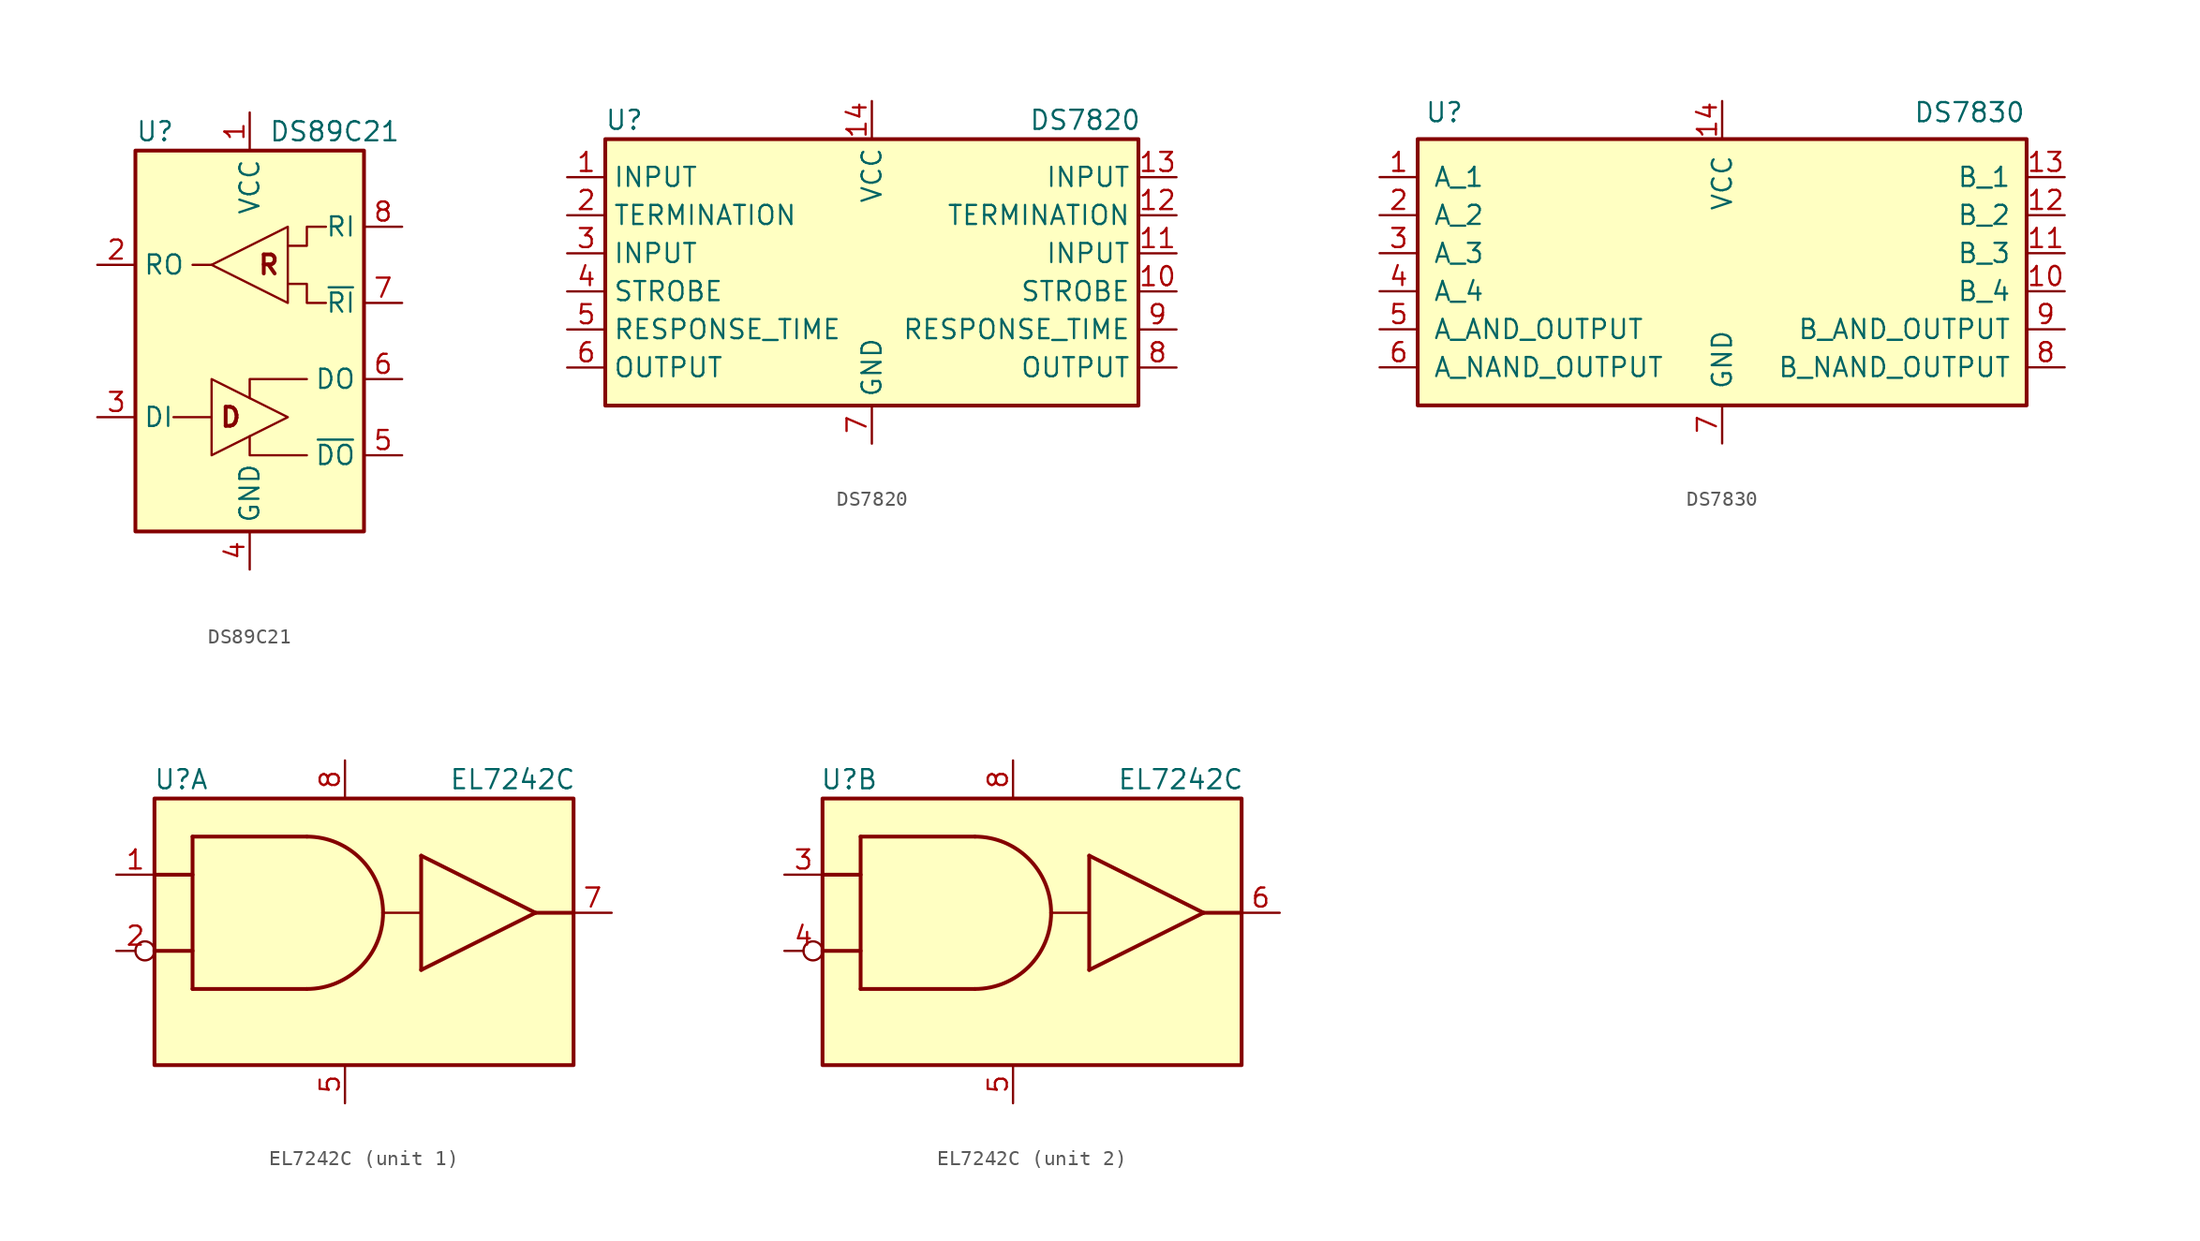
<source format=kicad_sym>
(kicad_symbol_lib
  (version 20201005)
  (generator kicad_symbol_editor)
  (symbol "Interface_LineDriver:DS89C21"
    (property "Reference" "U"
      (at -7.62 13.97 0)
      (effects (font (size 1.27 1.27)) (justify left)))
    (property "Value" "DS89C21"
      (at 1.27 13.97 0)
      (effects (font (size 1.27 1.27)) (justify left)))
    (symbol "DS89C21_0_0"
      (text "D" (at -1.27 -5.08 0) (effects (font (size 1.27 1.27) bold)))
      (text "R" (at 1.27 5.08 0) (effects (font (size 1.27 1.27) bold))))
    (symbol "DS89C21_0_1"
      (rectangle (start -7.62 12.7) (end 7.62 -12.7) (stroke (width 0.254)) (fill (type background)))
      (polyline (pts (xy -5.08 -5.08) (xy -2.54 -5.08)) (stroke (width 0)) (fill (type none)))
      (polyline (pts (xy -2.54 5.08) (xy -3.81 5.08)) (stroke (width 0)) (fill (type none)))
      (polyline (pts (xy 3.81 -7.62) (xy 0 -7.62) (xy 0 -6.35)) (stroke (width 0)) (fill (type none)))
      (polyline (pts (xy 3.81 -2.54) (xy 0 -2.54) (xy 0 -3.81)) (stroke (width 0)) (fill (type none)))
      (polyline (pts (xy -2.54 -2.54) (xy -2.54 -7.62) (xy 2.54 -5.08) (xy -2.54 -2.54)) (stroke (width 0)) (fill (type none)))
      (polyline (pts (xy 2.54 3.81) (xy 3.81 3.81) (xy 3.81 2.54) (xy 5.08 2.54)) (stroke (width 0)) (fill (type none)))
      (polyline (pts (xy 2.54 6.35) (xy 3.81 6.35) (xy 3.81 7.62) (xy 5.08 7.62)) (stroke (width 0)) (fill (type none)))
      (polyline (pts (xy 2.54 7.62) (xy 2.54 2.54) (xy -2.54 5.08) (xy 2.54 7.62)) (stroke (width 0)) (fill (type none))))
    (symbol "DS89C21_1_1"
      (pin power_in line (at 0 15.24 270) (length 2.54) (name "VCC" (effects (font (size 1.27 1.27)))) (number "1" (effects (font (size 1.27 1.27)))))
      (pin output line (at -10.16 5.08 0) (length 2.54) (name "RO" (effects (font (size 1.27 1.27)))) (number "2" (effects (font (size 1.27 1.27)))))
      (pin input line (at -10.16 -5.08 0) (length 2.54) (name "DI" (effects (font (size 1.27 1.27)))) (number "3" (effects (font (size 1.27 1.27)))))
      (pin power_in line (at 0 -15.24 90) (length 2.54) (name "GND" (effects (font (size 1.27 1.27)))) (number "4" (effects (font (size 1.27 1.27)))))
      (pin output line (at 10.16 -7.62 180) (length 2.54) (name "~DO" (effects (font (size 1.27 1.27)))) (number "5" (effects (font (size 1.27 1.27)))))
      (pin output line (at 10.16 -2.54 180) (length 2.54) (name "DO" (effects (font (size 1.27 1.27)))) (number "6" (effects (font (size 1.27 1.27)))))
      (pin input line (at 10.16 2.54 180) (length 2.54) (name "~RI" (effects (font (size 1.27 1.27)))) (number "7" (effects (font (size 1.27 1.27)))))
      (pin input line (at 10.16 7.62 180) (length 2.54) (name "RI" (effects (font (size 1.27 1.27)))) (number "8" (effects (font (size 1.27 1.27)))))))
  (symbol "Interface_LineDriver:DS7820"
    (property "Reference" "U"
      (at -16.51 8.89 0)
      (effects (font (size 1.27 1.27))))
    (property "Value" "DS7820"
      (at 14.224 8.89 0)
      (effects (font (size 1.27 1.27))))
    (symbol "DS7820_0_1"
      (rectangle (start -17.78 7.62) (end 17.78 -10.16) (stroke (width 0.254)) (fill (type background))))
    (symbol "DS7820_1_1"
      (pin input line (at -20.32 5.08 0) (length 2.54) (name "INPUT" (effects (font (size 1.27 1.27)))) (number "1" (effects (font (size 1.27 1.27)))))
      (pin input line (at -20.32 2.54 0) (length 2.54) (name "TERMINATION" (effects (font (size 1.27 1.27)))) (number "2" (effects (font (size 1.27 1.27)))))
      (pin input line (at -20.32 0 0) (length 2.54) (name "INPUT" (effects (font (size 1.27 1.27)))) (number "3" (effects (font (size 1.27 1.27)))))
      (pin input line (at -20.32 -2.54 0) (length 2.54) (name "STROBE" (effects (font (size 1.27 1.27)))) (number "4" (effects (font (size 1.27 1.27)))))
      (pin input line (at -20.32 -5.08 0) (length 2.54) (name "RESPONSE_TIME" (effects (font (size 1.27 1.27)))) (number "5" (effects (font (size 1.27 1.27)))))
      (pin input line (at -20.32 -7.62 0) (length 2.54) (name "OUTPUT" (effects (font (size 1.27 1.27)))) (number "6" (effects (font (size 1.27 1.27)))))
      (pin power_in line (at 0 -12.7 90) (length 2.54) (name "GND" (effects (font (size 1.27 1.27)))) (number "7" (effects (font (size 1.27 1.27)))))
      (pin output line (at 20.32 -7.62 180) (length 2.54) (name "OUTPUT" (effects (font (size 1.27 1.27)))) (number "8" (effects (font (size 1.27 1.27)))))
      (pin input line (at 20.32 -5.08 180) (length 2.54) (name "RESPONSE_TIME" (effects (font (size 1.27 1.27)))) (number "9" (effects (font (size 1.27 1.27)))))
      (pin input line (at 20.32 -2.54 180) (length 2.54) (name "STROBE" (effects (font (size 1.27 1.27)))) (number "10" (effects (font (size 1.27 1.27)))))
      (pin input line (at 20.32 0 180) (length 2.54) (name "INPUT" (effects (font (size 1.27 1.27)))) (number "11" (effects (font (size 1.27 1.27)))))
      (pin input line (at 20.32 2.54 180) (length 2.54) (name "TERMINATION" (effects (font (size 1.27 1.27)))) (number "12" (effects (font (size 1.27 1.27)))))
      (pin input line (at 20.32 5.08 180) (length 2.54) (name "INPUT" (effects (font (size 1.27 1.27)))) (number "13" (effects (font (size 1.27 1.27)))))
      (pin power_in line (at 0 10.16 270) (length 2.54) (name "VCC" (effects (font (size 1.27 1.27)))) (number "14" (effects (font (size 1.27 1.27)))))))
  (symbol "Interface_LineDriver:DS7830"
    (pin_names
      (offset 1.016))
    (property "Reference" "U"
      (at -18.542 9.398 0)
      (effects (font (size 1.27 1.27))))
    (property "Value" "DS7830"
      (at 16.51 9.398 0)
      (effects (font (size 1.27 1.27))))
    (symbol "DS7830_0_1"
      (rectangle (start -20.32 7.62) (end 20.32 -10.16) (stroke (width 0.254)) (fill (type background))))
    (symbol "DS7830_1_1"
      (pin input line (at -22.86 5.08 0) (length 2.54) (name "A_1" (effects (font (size 1.27 1.27)))) (number "1" (effects (font (size 1.27 1.27)))))
      (pin input line (at -22.86 2.54 0) (length 2.54) (name "A_2" (effects (font (size 1.27 1.27)))) (number "2" (effects (font (size 1.27 1.27)))))
      (pin input line (at -22.86 0 0) (length 2.54) (name "A_3" (effects (font (size 1.27 1.27)))) (number "3" (effects (font (size 1.27 1.27)))))
      (pin input line (at -22.86 -2.54 0) (length 2.54) (name "A_4" (effects (font (size 1.27 1.27)))) (number "4" (effects (font (size 1.27 1.27)))))
      (pin input line (at -22.86 -5.08 0) (length 2.54) (name "A_AND_OUTPUT" (effects (font (size 1.27 1.27)))) (number "5" (effects (font (size 1.27 1.27)))))
      (pin input line (at -22.86 -7.62 0) (length 2.54) (name "A_NAND_OUTPUT" (effects (font (size 1.27 1.27)))) (number "6" (effects (font (size 1.27 1.27)))))
      (pin power_in line (at 0 -12.7 90) (length 2.54) (name "GND" (effects (font (size 1.27 1.27)))) (number "7" (effects (font (size 1.27 1.27)))))
      (pin input line (at 22.86 -7.62 180) (length 2.54) (name "B_NAND_OUTPUT" (effects (font (size 1.27 1.27)))) (number "8" (effects (font (size 1.27 1.27)))))
      (pin input line (at 22.86 -5.08 180) (length 2.54) (name "B_AND_OUTPUT" (effects (font (size 1.27 1.27)))) (number "9" (effects (font (size 1.27 1.27)))))
      (pin input line (at 22.86 -2.54 180) (length 2.54) (name "B_4" (effects (font (size 1.27 1.27)))) (number "10" (effects (font (size 1.27 1.27)))))
      (pin input line (at 22.86 0 180) (length 2.54) (name "B_3" (effects (font (size 1.27 1.27)))) (number "11" (effects (font (size 1.27 1.27)))))
      (pin input line (at 22.86 2.54 180) (length 2.54) (name "B_2" (effects (font (size 1.27 1.27)))) (number "12" (effects (font (size 1.27 1.27)))))
      (pin input line (at 22.86 5.08 180) (length 2.54) (name "B_1" (effects (font (size 1.27 1.27)))) (number "13" (effects (font (size 1.27 1.27)))))
      (pin power_in line (at 0 10.16 270) (length 2.54) (name "VCC" (effects (font (size 1.27 1.27)))) (number "14" (effects (font (size 1.27 1.27)))))))
  (symbol "Interface_LineDriver:EL7242C"
    (pin_names
      (offset 0.762) hide)
    (property "Reference" "U"
      (at -10.922 8.89 0)
      (effects (font (size 1.27 1.27))))
    (property "Value" "EL7242C"
      (at 11.176 8.89 0)
      (effects (font (size 1.27 1.27))))
    (symbol "EL7242C_0_0"
      (pin power_in line (at 0 -12.7 90) (length 2.54) (name "GND" (effects (font (size 1.27 1.27)))) (number "5" (effects (font (size 1.27 1.27)))))
      (pin power_in line (at 0 10.16 270) (length 2.54) (name "V+" (effects (font (size 1.27 1.27)))) (number "8" (effects (font (size 1.27 1.27))))))
    (symbol "EL7242C_0_1"
      (arc (start -2.54 5.08) (end 2.54 0) (radius (at -2.54 0) (length 5.08) (angles 89.9 0.1)) (stroke (width 0.254)) (fill (type none)))
      (arc (start -2.54 -5.08) (end 2.54 0) (radius (at -2.54 0) (length 5.08) (angles -90.1 0.1)) (stroke (width 0.254)) (fill (type none)))
      (rectangle (start -12.7 7.62) (end 15.24 -10.16) (stroke (width 0.254)) (fill (type background)))
      (polyline (pts (xy -12.7 -2.54) (xy -10.16 -2.54)) (stroke (width 0.254)) (fill (type none)))
      (polyline (pts (xy -12.7 2.54) (xy -10.16 2.54)) (stroke (width 0.254)) (fill (type none)))
      (polyline (pts (xy -10.16 -5.08) (xy -2.54 -5.08)) (stroke (width 0.254)) (fill (type none)))
      (polyline (pts (xy -10.16 5.08) (xy -10.16 -5.08)) (stroke (width 0.254)) (fill (type none)))
      (polyline (pts (xy -2.54 5.08) (xy -10.16 5.08)) (stroke (width 0.254)) (fill (type none)))
      (polyline (pts (xy 5.08 -3.81) (xy 12.7 0)) (stroke (width 0.254)) (fill (type none)))
      (polyline (pts (xy 5.08 0) (xy 2.54 0)) (stroke (width 0)) (fill (type none)))
      (polyline (pts (xy 5.08 3.81) (xy 5.08 -3.81)) (stroke (width 0.254)) (fill (type none)))
      (polyline (pts (xy 12.7 0) (xy 5.08 3.81)) (stroke (width 0.254)) (fill (type none)))
      (polyline (pts (xy 12.7 0) (xy 15.24 0)) (stroke (width 0.254)) (fill (type none))))
    (symbol "EL7242C_1_1"
      (pin input line (at -15.24 2.54 0) (length 2.54) (name "IN1" (effects (font (size 1.27 1.27)))) (number "1" (effects (font (size 1.27 1.27)))))
      (pin input inverted (at -15.24 -2.54 0) (length 2.54) (name "IN" (effects (font (size 1.27 1.27)))) (number "2" (effects (font (size 1.27 1.27)))))
      (pin output line (at 17.78 0 180) (length 2.54) (name "OUT" (effects (font (size 1.27 1.27)))) (number "7" (effects (font (size 1.27 1.27))))))
    (symbol "EL7242C_2_1"
      (pin input line (at -15.24 2.54 0) (length 2.54) (name "IN1" (effects (font (size 1.27 1.27)))) (number "3" (effects (font (size 1.27 1.27)))))
      (pin input inverted (at -15.24 -2.54 0) (length 2.54) (name "IN" (effects (font (size 1.27 1.27)))) (number "4" (effects (font (size 1.27 1.27)))))
      (pin output line (at 17.78 0 180) (length 2.54) (name "OUT" (effects (font (size 1.27 1.27)))) (number "6" (effects (font (size 1.27 1.27))))))))
</source>
